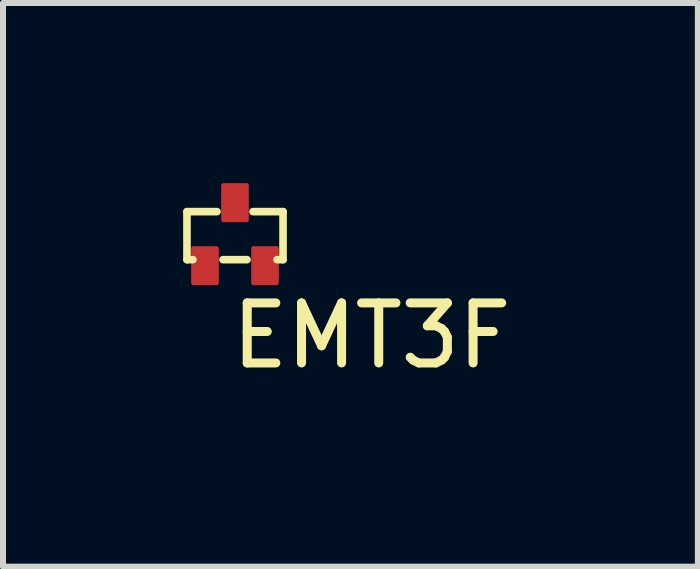
<source format=kicad_pcb>
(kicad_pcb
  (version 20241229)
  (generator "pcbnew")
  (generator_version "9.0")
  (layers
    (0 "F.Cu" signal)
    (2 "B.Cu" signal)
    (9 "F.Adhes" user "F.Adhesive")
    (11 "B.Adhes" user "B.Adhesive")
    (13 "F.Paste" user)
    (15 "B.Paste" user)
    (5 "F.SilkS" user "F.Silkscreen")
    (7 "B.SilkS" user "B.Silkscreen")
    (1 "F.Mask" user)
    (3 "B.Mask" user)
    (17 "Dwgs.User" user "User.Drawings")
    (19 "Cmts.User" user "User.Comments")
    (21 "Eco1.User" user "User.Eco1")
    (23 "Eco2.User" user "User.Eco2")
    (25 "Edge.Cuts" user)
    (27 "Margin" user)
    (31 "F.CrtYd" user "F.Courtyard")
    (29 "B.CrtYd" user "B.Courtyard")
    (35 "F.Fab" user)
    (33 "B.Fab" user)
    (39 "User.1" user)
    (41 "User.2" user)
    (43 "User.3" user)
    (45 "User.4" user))
  (footprint "EMT3F"
    (layer "F.Cu")
    (at 0.864 1.375)
    (property "Reference" "EMT3F" (at 2.275 1.165 0) (layer "F.SilkS") (effects (font (size 1 1) (thickness 0.15))))
    (attr smd)
    (fp_line (start -0.8 -0.9) (end -0.3 -0.9) (stroke (width 0.127) (type solid)) (layer "F.SilkS"))
    (fp_line (start -0.8 -0.1) (end -0.8 -0.9) (stroke (width 0.127) (type solid)) (layer "F.SilkS"))
    (fp_line (start -0.7 -0.1) (end -0.8 -0.1) (stroke (width 0.127) (type solid)) (layer "F.SilkS"))
    (fp_line (start -0.2 -0.1) (end 0.2 -0.1) (stroke (width 0.127) (type solid)) (layer "F.SilkS"))
    (fp_line (start 0.7 -0.1) (end 0.8 -0.1) (stroke (width 0.127) (type solid)) (layer "F.SilkS"))
    (fp_line (start 0.8 -0.9) (end 0.3 -0.9) (stroke (width 0.127) (type solid)) (layer "F.SilkS"))
    (fp_line (start 0.8 -0.1) (end 0.8 -0.9) (stroke (width 0.127) (type solid)) (layer "F.SilkS"))
    (pad "P$1" smd roundrect (at -0.5 0) (size 0.46 0.65) (layers "F.Cu" "F.Mask" "F.Paste") (roundrect_rratio 0.08))
    (pad "P$2" smd roundrect (at 0.5 0) (size 0.46 0.65) (layers "F.Cu" "F.Mask" "F.Paste") (roundrect_rratio 0.08))
    (pad "P$3" smd roundrect (at 0 -1.05) (size 0.46 0.65) (layers "F.Cu" "F.Mask" "F.Paste") (roundrect_rratio 0.08)))
  (gr_rect
    (start -3 -3)
    (end 8.573 6.388)
    (stroke (width 0.1) (type default))
    (fill no)
    (layer "Edge.Cuts")))
</source>
